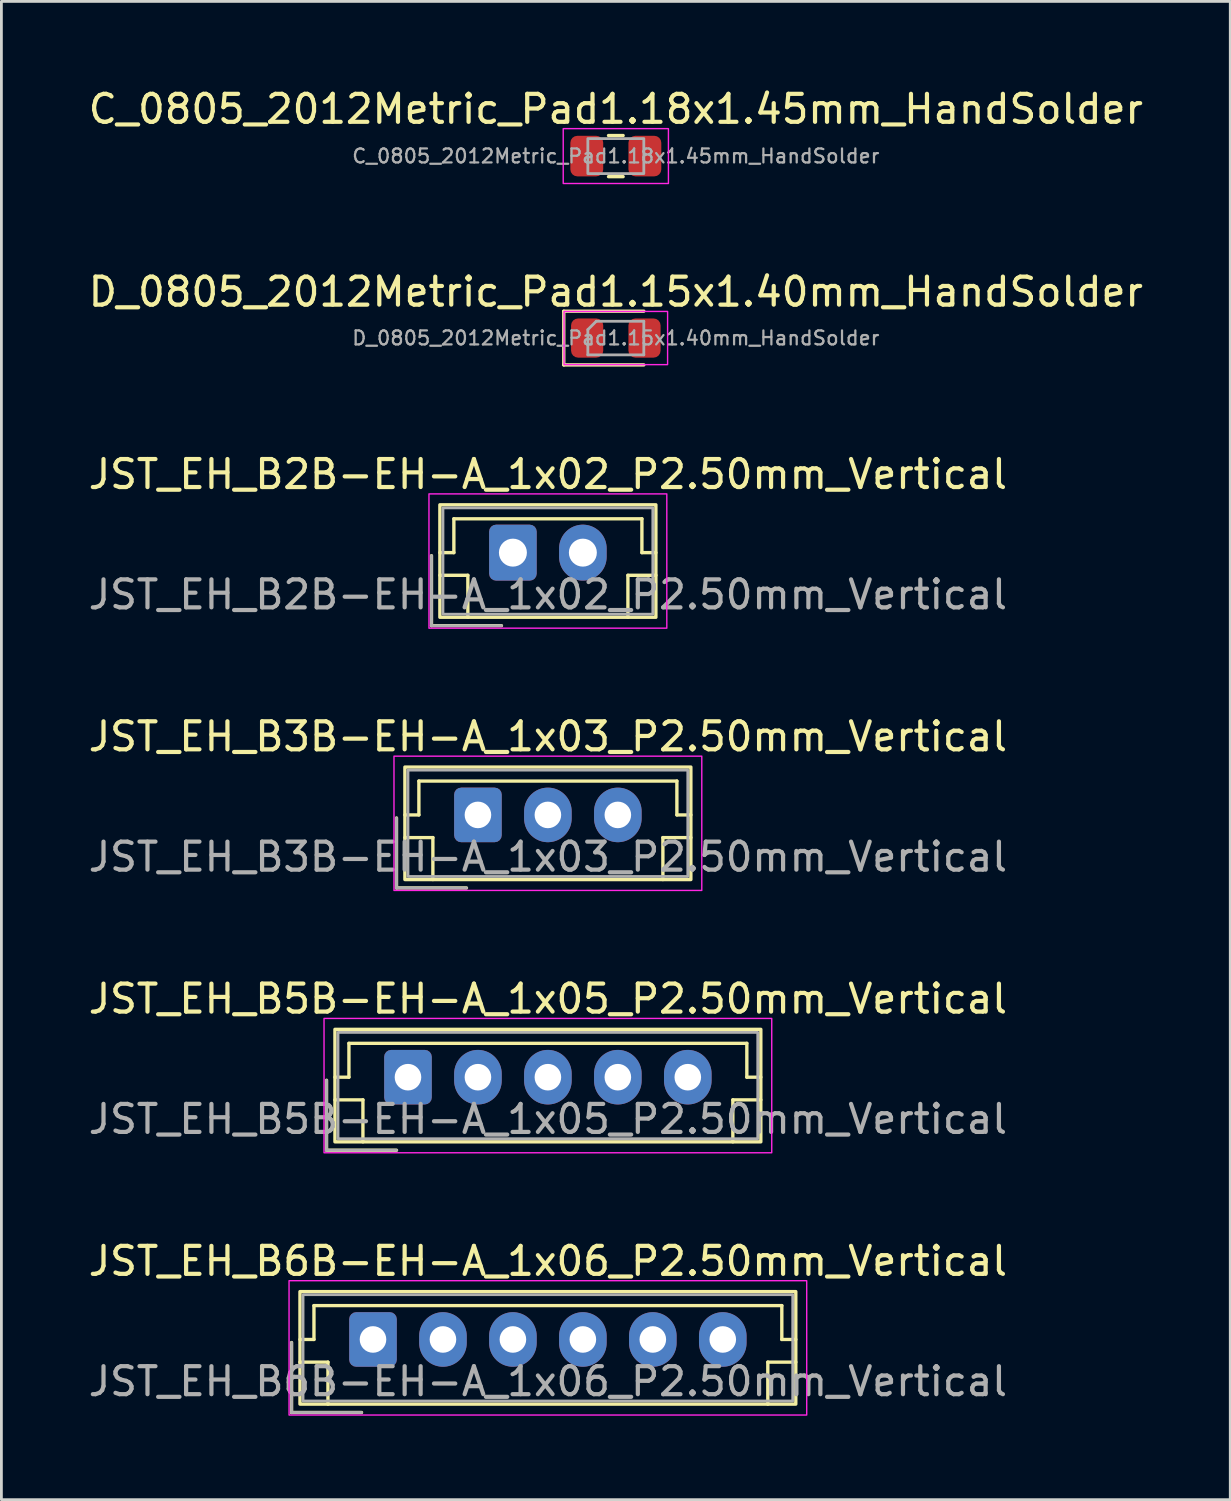
<source format=kicad_pcb>
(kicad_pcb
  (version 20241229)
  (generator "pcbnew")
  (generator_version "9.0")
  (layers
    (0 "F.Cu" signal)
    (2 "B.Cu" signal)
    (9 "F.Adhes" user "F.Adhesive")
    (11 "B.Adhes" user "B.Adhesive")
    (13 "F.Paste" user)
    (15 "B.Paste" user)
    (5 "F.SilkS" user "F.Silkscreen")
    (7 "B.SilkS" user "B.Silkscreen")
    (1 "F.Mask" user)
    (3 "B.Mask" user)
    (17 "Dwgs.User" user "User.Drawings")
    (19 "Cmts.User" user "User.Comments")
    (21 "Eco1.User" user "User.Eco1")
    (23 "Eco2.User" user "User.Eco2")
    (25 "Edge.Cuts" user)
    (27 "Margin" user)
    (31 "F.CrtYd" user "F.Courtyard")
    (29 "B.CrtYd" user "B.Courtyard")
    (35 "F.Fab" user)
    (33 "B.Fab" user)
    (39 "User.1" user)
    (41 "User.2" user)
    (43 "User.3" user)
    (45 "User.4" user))
  (footprint "C_0805_2012Metric_Pad1.18x1.45mm_HandSolder"
    (layer "F.Cu")
    (at 18.958 2.528)
    (property "Reference" "C_0805_2012Metric_Pad1.18x1.45mm_HandSolder" (at 0 -1.68 0) (layer "F.SilkS") (effects (font (size 1 1) (thickness 0.15))))
    (attr smd)
    (fp_line (start -0.261 -0.735) (end 0.261 -0.735) (stroke (width 0.12) (type solid)) (layer "F.SilkS"))
    (fp_line (start -0.261 0.735) (end 0.261 0.735) (stroke (width 0.12) (type solid)) (layer "F.SilkS"))
    (fp_rect (start -1.88 -0.98) (end 1.88 0.98) (stroke (width 0.05) (type solid)) (fill no) (layer "F.CrtYd"))
    (fp_rect (start -1 -0.625) (end 1 0.625) (stroke (width 0.1) (type solid)) (fill no) (layer "F.Fab"))
    (fp_text user "${REFERENCE}" (at 0 0 0) (layer "F.Fab") (effects (font (size 0.5 0.5) (thickness 0.08))))
    (pad "1" smd roundrect (at -1.038 0) (size 1.175 1.45) (layers "F.Cu" "F.Mask" "F.Paste") (roundrect_rratio 0.213))
    (pad "2" smd roundrect (at 1.038 0) (size 1.175 1.45) (layers "F.Cu" "F.Mask" "F.Paste") (roundrect_rratio 0.213)))
  (footprint "JST_EH_B2B-EH-A_1x02_P2.50mm_Vertical"
    (layer "F.Cu")
    (at 15.28 16.7)
    (property "Reference" "JST_EH_B2B-EH-A_1x02_P2.50mm_Vertical" (at 1.25 -2.8 0) (layer "F.SilkS") (effects (font (size 1 1) (thickness 0.15))))
    (attr through_hole)
    (fp_line (start -2.91 0.11) (end -2.91 2.61) (stroke (width 0.12) (type solid)) (layer "F.SilkS"))
    (fp_line (start -2.91 2.61) (end -0.41 2.61) (stroke (width 0.12) (type solid)) (layer "F.SilkS"))
    (fp_line (start -2.61 0) (end -2.11 0) (stroke (width 0.12) (type solid)) (layer "F.SilkS"))
    (fp_line (start -2.61 0.81) (end -1.61 0.81) (stroke (width 0.12) (type solid)) (layer "F.SilkS"))
    (fp_line (start -2.11 -1.21) (end 4.61 -1.21) (stroke (width 0.12) (type solid)) (layer "F.SilkS"))
    (fp_line (start -2.11 0) (end -2.11 -1.21) (stroke (width 0.12) (type solid)) (layer "F.SilkS"))
    (fp_line (start -1.61 0.81) (end -1.61 2.31) (stroke (width 0.12) (type solid)) (layer "F.SilkS"))
    (fp_line (start 4.11 0.81) (end 4.11 2.31) (stroke (width 0.12) (type solid)) (layer "F.SilkS"))
    (fp_line (start 4.61 -1.21) (end 4.61 0) (stroke (width 0.12) (type solid)) (layer "F.SilkS"))
    (fp_line (start 4.61 0) (end 5.11 0) (stroke (width 0.12) (type solid)) (layer "F.SilkS"))
    (fp_line (start 5.11 0.81) (end 4.11 0.81) (stroke (width 0.12) (type solid)) (layer "F.SilkS"))
    (fp_rect (start -2.61 -1.71) (end 5.11 2.31) (stroke (width 0.12) (type solid)) (fill no) (layer "F.SilkS"))
    (fp_rect (start -3 -2.1) (end 5.5 2.7) (stroke (width 0.05) (type solid)) (fill no) (layer "F.CrtYd"))
    (fp_line (start -2.91 0.11) (end -2.91 2.61) (stroke (width 0.1) (type solid)) (layer "F.Fab"))
    (fp_line (start -2.91 2.61) (end -0.41 2.61) (stroke (width 0.1) (type solid)) (layer "F.Fab"))
    (fp_rect (start -2.5 -1.6) (end 5 2.2) (stroke (width 0.1) (type solid)) (fill no) (layer "F.Fab"))
    (fp_text user "${REFERENCE}" (at 1.25 1.5 0) (layer "F.Fab") (effects (font (size 1 1) (thickness 0.15))))
    (pad "1" thru_hole roundrect (at 0 0) (size 1.7 2) (drill 1) (layers "*.Cu" "*.Mask") (roundrect_rratio 0.147))
    (pad "2" thru_hole oval (at 2.5 0) (size 1.7 2) (drill 1) (layers "*.Cu" "*.Mask")))
  (footprint "JST_EH_B6B-EH-A_1x06_P2.50mm_Vertical"
    (layer "F.Cu")
    (at 10.28 44.819)
    (property "Reference" "JST_EH_B6B-EH-A_1x06_P2.50mm_Vertical" (at 6.25 -2.8 0) (layer "F.SilkS") (effects (font (size 1 1) (thickness 0.15))))
    (attr through_hole)
    (fp_line (start -2.91 0.11) (end -2.91 2.61) (stroke (width 0.12) (type solid)) (layer "F.SilkS"))
    (fp_line (start -2.91 2.61) (end -0.41 2.61) (stroke (width 0.12) (type solid)) (layer "F.SilkS"))
    (fp_line (start -2.61 0) (end -2.11 0) (stroke (width 0.12) (type solid)) (layer "F.SilkS"))
    (fp_line (start -2.61 0.81) (end -1.61 0.81) (stroke (width 0.12) (type solid)) (layer "F.SilkS"))
    (fp_line (start -2.11 -1.21) (end 14.61 -1.21) (stroke (width 0.12) (type solid)) (layer "F.SilkS"))
    (fp_line (start -2.11 0) (end -2.11 -1.21) (stroke (width 0.12) (type solid)) (layer "F.SilkS"))
    (fp_line (start -1.61 0.81) (end -1.61 2.31) (stroke (width 0.12) (type solid)) (layer "F.SilkS"))
    (fp_line (start 14.11 0.81) (end 14.11 2.31) (stroke (width 0.12) (type solid)) (layer "F.SilkS"))
    (fp_line (start 14.61 -1.21) (end 14.61 0) (stroke (width 0.12) (type solid)) (layer "F.SilkS"))
    (fp_line (start 14.61 0) (end 15.11 0) (stroke (width 0.12) (type solid)) (layer "F.SilkS"))
    (fp_line (start 15.11 0.81) (end 14.11 0.81) (stroke (width 0.12) (type solid)) (layer "F.SilkS"))
    (fp_rect (start -2.61 -1.71) (end 15.11 2.31) (stroke (width 0.12) (type solid)) (fill no) (layer "F.SilkS"))
    (fp_rect (start -3 -2.1) (end 15.5 2.7) (stroke (width 0.05) (type solid)) (fill no) (layer "F.CrtYd"))
    (fp_line (start -2.91 0.11) (end -2.91 2.61) (stroke (width 0.1) (type solid)) (layer "F.Fab"))
    (fp_line (start -2.91 2.61) (end -0.41 2.61) (stroke (width 0.1) (type solid)) (layer "F.Fab"))
    (fp_rect (start -2.5 -1.6) (end 15 2.2) (stroke (width 0.1) (type solid)) (fill no) (layer "F.Fab"))
    (fp_text user "${REFERENCE}" (at 6.25 1.5 0) (layer "F.Fab") (effects (font (size 1 1) (thickness 0.15))))
    (pad "1" thru_hole roundrect (at 0 0) (size 1.7 1.95) (drill 0.95) (layers "*.Cu" "*.Mask") (roundrect_rratio 0.147))
    (pad "2" thru_hole oval (at 2.5 0) (size 1.7 1.95) (drill 0.95) (layers "*.Cu" "*.Mask"))
    (pad "3" thru_hole oval (at 5 0) (size 1.7 1.95) (drill 0.95) (layers "*.Cu" "*.Mask"))
    (pad "4" thru_hole oval (at 7.5 0) (size 1.7 1.95) (drill 0.95) (layers "*.Cu" "*.Mask"))
    (pad "5" thru_hole oval (at 10 0) (size 1.7 1.95) (drill 0.95) (layers "*.Cu" "*.Mask"))
    (pad "6" thru_hole oval (at 12.5 0) (size 1.7 1.95) (drill 0.95) (layers "*.Cu" "*.Mask")))
  (footprint "JST_EH_B3B-EH-A_1x03_P2.50mm_Vertical"
    (layer "F.Cu")
    (at 14.03 26.073)
    (property "Reference" "JST_EH_B3B-EH-A_1x03_P2.50mm_Vertical" (at 2.5 -2.8 0) (layer "F.SilkS") (effects (font (size 1 1) (thickness 0.15))))
    (attr through_hole)
    (fp_line (start -2.91 0.11) (end -2.91 2.61) (stroke (width 0.12) (type solid)) (layer "F.SilkS"))
    (fp_line (start -2.91 2.61) (end -0.41 2.61) (stroke (width 0.12) (type solid)) (layer "F.SilkS"))
    (fp_line (start -2.61 0) (end -2.11 0) (stroke (width 0.12) (type solid)) (layer "F.SilkS"))
    (fp_line (start -2.61 0.81) (end -1.61 0.81) (stroke (width 0.12) (type solid)) (layer "F.SilkS"))
    (fp_line (start -2.11 -1.21) (end 7.11 -1.21) (stroke (width 0.12) (type solid)) (layer "F.SilkS"))
    (fp_line (start -2.11 0) (end -2.11 -1.21) (stroke (width 0.12) (type solid)) (layer "F.SilkS"))
    (fp_line (start -1.61 0.81) (end -1.61 2.31) (stroke (width 0.12) (type solid)) (layer "F.SilkS"))
    (fp_line (start 6.61 0.81) (end 6.61 2.31) (stroke (width 0.12) (type solid)) (layer "F.SilkS"))
    (fp_line (start 7.11 -1.21) (end 7.11 0) (stroke (width 0.12) (type solid)) (layer "F.SilkS"))
    (fp_line (start 7.11 0) (end 7.61 0) (stroke (width 0.12) (type solid)) (layer "F.SilkS"))
    (fp_line (start 7.61 0.81) (end 6.61 0.81) (stroke (width 0.12) (type solid)) (layer "F.SilkS"))
    (fp_rect (start -2.61 -1.71) (end 7.61 2.31) (stroke (width 0.12) (type solid)) (fill no) (layer "F.SilkS"))
    (fp_rect (start -3 -2.1) (end 8 2.7) (stroke (width 0.05) (type solid)) (fill no) (layer "F.CrtYd"))
    (fp_line (start -2.91 0.11) (end -2.91 2.61) (stroke (width 0.1) (type solid)) (layer "F.Fab"))
    (fp_line (start -2.91 2.61) (end -0.41 2.61) (stroke (width 0.1) (type solid)) (layer "F.Fab"))
    (fp_rect (start -2.5 -1.6) (end 7.5 2.2) (stroke (width 0.1) (type solid)) (fill no) (layer "F.Fab"))
    (fp_text user "${REFERENCE}" (at 2.5 1.5 0) (layer "F.Fab") (effects (font (size 1 1) (thickness 0.15))))
    (pad "1" thru_hole roundrect (at 0 0) (size 1.7 1.95) (drill 0.95) (layers "*.Cu" "*.Mask") (roundrect_rratio 0.147))
    (pad "2" thru_hole oval (at 2.5 0) (size 1.7 1.95) (drill 0.95) (layers "*.Cu" "*.Mask"))
    (pad "3" thru_hole oval (at 5 0) (size 1.7 1.95) (drill 0.95) (layers "*.Cu" "*.Mask")))
  (footprint "D_0805_2012Metric_Pad1.15x1.40mm_HandSolder"
    (layer "F.Cu")
    (at 18.958 9.031)
    (property "Reference" "D_0805_2012Metric_Pad1.15x1.40mm_HandSolder" (at 0 -1.65 0) (layer "F.SilkS") (effects (font (size 1 1) (thickness 0.15))))
    (attr smd)
    (fp_line (start -1.86 -0.96) (end -1.86 0.96) (stroke (width 0.12) (type solid)) (layer "F.SilkS"))
    (fp_line (start -1.86 0.96) (end 1 0.96) (stroke (width 0.12) (type solid)) (layer "F.SilkS"))
    (fp_line (start 1 -0.96) (end -1.86 -0.96) (stroke (width 0.12) (type solid)) (layer "F.SilkS"))
    (fp_rect (start -1.85 -0.95) (end 1.85 0.95) (stroke (width 0.05) (type solid)) (fill no) (layer "F.CrtYd"))
    (fp_line (start -1 -0.3) (end -1 0.6) (stroke (width 0.1) (type solid)) (layer "F.Fab"))
    (fp_line (start -1 0.6) (end 1 0.6) (stroke (width 0.1) (type solid)) (layer "F.Fab"))
    (fp_line (start -0.7 -0.6) (end -1 -0.3) (stroke (width 0.1) (type solid)) (layer "F.Fab"))
    (fp_line (start 1 -0.6) (end -0.7 -0.6) (stroke (width 0.1) (type solid)) (layer "F.Fab"))
    (fp_line (start 1 0.6) (end 1 -0.6) (stroke (width 0.1) (type solid)) (layer "F.Fab"))
    (fp_text user "${REFERENCE}" (at 0 0 0) (layer "F.Fab") (effects (font (size 0.5 0.5) (thickness 0.08))))
    (pad "1" smd roundrect (at -1.025 0) (size 1.15 1.4) (layers "F.Cu" "F.Mask" "F.Paste") (roundrect_rratio 0.217))
    (pad "2" smd roundrect (at 1.025 0) (size 1.15 1.4) (layers "F.Cu" "F.Mask" "F.Paste") (roundrect_rratio 0.217)))
  (footprint "JST_EH_B5B-EH-A_1x05_P2.50mm_Vertical"
    (layer "F.Cu")
    (at 11.53 35.446)
    (property "Reference" "JST_EH_B5B-EH-A_1x05_P2.50mm_Vertical" (at 5 -2.8 0) (layer "F.SilkS") (effects (font (size 1 1) (thickness 0.15))))
    (attr through_hole)
    (fp_line (start -2.91 0.11) (end -2.91 2.61) (stroke (width 0.12) (type solid)) (layer "F.SilkS"))
    (fp_line (start -2.91 2.61) (end -0.41 2.61) (stroke (width 0.12) (type solid)) (layer "F.SilkS"))
    (fp_line (start -2.61 0) (end -2.11 0) (stroke (width 0.12) (type solid)) (layer "F.SilkS"))
    (fp_line (start -2.61 0.81) (end -1.61 0.81) (stroke (width 0.12) (type solid)) (layer "F.SilkS"))
    (fp_line (start -2.11 -1.21) (end 12.11 -1.21) (stroke (width 0.12) (type solid)) (layer "F.SilkS"))
    (fp_line (start -2.11 0) (end -2.11 -1.21) (stroke (width 0.12) (type solid)) (layer "F.SilkS"))
    (fp_line (start -1.61 0.81) (end -1.61 2.31) (stroke (width 0.12) (type solid)) (layer "F.SilkS"))
    (fp_line (start 11.61 0.81) (end 11.61 2.31) (stroke (width 0.12) (type solid)) (layer "F.SilkS"))
    (fp_line (start 12.11 -1.21) (end 12.11 0) (stroke (width 0.12) (type solid)) (layer "F.SilkS"))
    (fp_line (start 12.11 0) (end 12.61 0) (stroke (width 0.12) (type solid)) (layer "F.SilkS"))
    (fp_line (start 12.61 0.81) (end 11.61 0.81) (stroke (width 0.12) (type solid)) (layer "F.SilkS"))
    (fp_rect (start -2.61 -1.71) (end 12.61 2.31) (stroke (width 0.12) (type solid)) (fill no) (layer "F.SilkS"))
    (fp_rect (start -3 -2.1) (end 13 2.7) (stroke (width 0.05) (type solid)) (fill no) (layer "F.CrtYd"))
    (fp_line (start -2.91 0.11) (end -2.91 2.61) (stroke (width 0.1) (type solid)) (layer "F.Fab"))
    (fp_line (start -2.91 2.61) (end -0.41 2.61) (stroke (width 0.1) (type solid)) (layer "F.Fab"))
    (fp_rect (start -2.5 -1.6) (end 12.5 2.2) (stroke (width 0.1) (type solid)) (fill no) (layer "F.Fab"))
    (fp_text user "${REFERENCE}" (at 5 1.5 0) (layer "F.Fab") (effects (font (size 1 1) (thickness 0.15))))
    (pad "1" thru_hole roundrect (at 0 0) (size 1.7 1.95) (drill 0.95) (layers "*.Cu" "*.Mask") (roundrect_rratio 0.147))
    (pad "2" thru_hole oval (at 2.5 0) (size 1.7 1.95) (drill 0.95) (layers "*.Cu" "*.Mask"))
    (pad "3" thru_hole oval (at 5 0) (size 1.7 1.95) (drill 0.95) (layers "*.Cu" "*.Mask"))
    (pad "4" thru_hole oval (at 7.5 0) (size 1.7 1.95) (drill 0.95) (layers "*.Cu" "*.Mask"))
    (pad "5" thru_hole oval (at 10 0) (size 1.7 1.95) (drill 0.95) (layers "*.Cu" "*.Mask")))
  (gr_rect
    (start -3 -3)
    (end 40.917 50.544)
    (stroke (width 0.1) (type default))
    (fill no)
    (layer "Edge.Cuts")))
</source>
